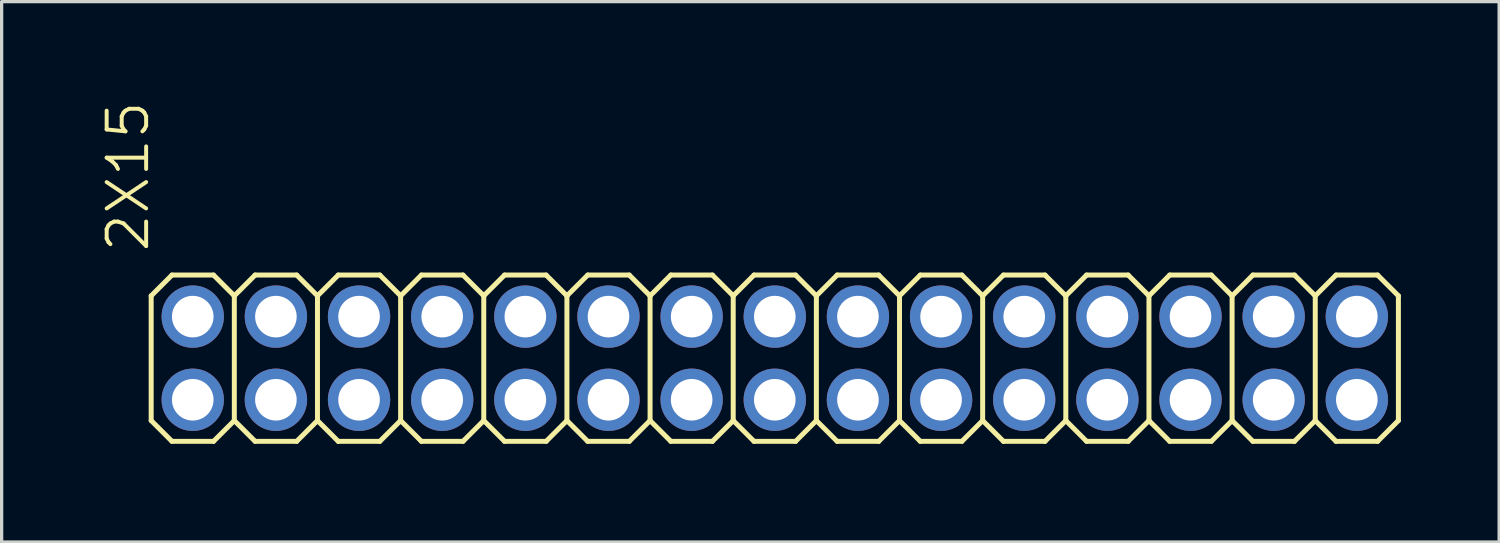
<source format=kicad_pcb>
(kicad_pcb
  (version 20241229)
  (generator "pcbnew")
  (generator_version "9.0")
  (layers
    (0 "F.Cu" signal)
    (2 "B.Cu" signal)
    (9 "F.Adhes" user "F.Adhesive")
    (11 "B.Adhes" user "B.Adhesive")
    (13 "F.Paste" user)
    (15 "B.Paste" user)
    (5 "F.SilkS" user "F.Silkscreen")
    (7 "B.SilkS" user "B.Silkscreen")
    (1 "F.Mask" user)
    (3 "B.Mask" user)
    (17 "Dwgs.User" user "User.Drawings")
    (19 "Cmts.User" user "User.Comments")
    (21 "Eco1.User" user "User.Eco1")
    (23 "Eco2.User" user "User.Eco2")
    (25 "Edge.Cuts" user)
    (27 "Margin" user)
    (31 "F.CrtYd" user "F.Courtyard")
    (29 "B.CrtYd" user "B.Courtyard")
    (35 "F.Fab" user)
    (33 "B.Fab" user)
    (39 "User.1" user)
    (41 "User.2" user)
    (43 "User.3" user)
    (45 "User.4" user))
  (footprint "2X15"
    (layer "F.Cu")
    (at 20.618 7.892)
    (property "Reference" "2X15" (at -19.05 -3.175 90) (layer "F.SilkS") (effects (font (size 1.206 1.206) (thickness 0.121)) (justify left bottom)))
    (attr through_hole)
    (fp_line (start -19.05 -1.905) (end -18.415 -2.54) (stroke (width 0.152) (type solid)) (layer "F.SilkS"))
    (fp_line (start -19.05 1.905) (end -19.05 -1.905) (stroke (width 0.152) (type solid)) (layer "F.SilkS"))
    (fp_line (start -19.05 1.905) (end -18.415 2.54) (stroke (width 0.152) (type solid)) (layer "F.SilkS"))
    (fp_line (start -18.415 -2.54) (end -17.145 -2.54) (stroke (width 0.152) (type solid)) (layer "F.SilkS"))
    (fp_line (start -18.415 2.54) (end -17.145 2.54) (stroke (width 0.152) (type solid)) (layer "F.SilkS"))
    (fp_line (start -17.145 -2.54) (end -16.51 -1.905) (stroke (width 0.152) (type solid)) (layer "F.SilkS"))
    (fp_line (start -17.145 2.54) (end -16.51 1.905) (stroke (width 0.152) (type solid)) (layer "F.SilkS"))
    (fp_line (start -16.51 -1.905) (end -16.51 1.905) (stroke (width 0.152) (type solid)) (layer "F.SilkS"))
    (fp_line (start -16.51 -1.905) (end -15.875 -2.54) (stroke (width 0.152) (type solid)) (layer "F.SilkS"))
    (fp_line (start -16.51 1.905) (end -15.875 2.54) (stroke (width 0.152) (type solid)) (layer "F.SilkS"))
    (fp_line (start -15.875 -2.54) (end -14.605 -2.54) (stroke (width 0.152) (type solid)) (layer "F.SilkS"))
    (fp_line (start -15.875 2.54) (end -14.605 2.54) (stroke (width 0.152) (type solid)) (layer "F.SilkS"))
    (fp_line (start -14.605 -2.54) (end -13.97 -1.905) (stroke (width 0.152) (type solid)) (layer "F.SilkS"))
    (fp_line (start -14.605 2.54) (end -13.97 1.905) (stroke (width 0.152) (type solid)) (layer "F.SilkS"))
    (fp_line (start -13.97 -1.905) (end -13.97 1.905) (stroke (width 0.152) (type solid)) (layer "F.SilkS"))
    (fp_line (start -13.97 -1.905) (end -13.335 -2.54) (stroke (width 0.152) (type solid)) (layer "F.SilkS"))
    (fp_line (start -13.97 1.905) (end -13.335 2.54) (stroke (width 0.152) (type solid)) (layer "F.SilkS"))
    (fp_line (start -13.335 -2.54) (end -12.065 -2.54) (stroke (width 0.152) (type solid)) (layer "F.SilkS"))
    (fp_line (start -13.335 2.54) (end -12.065 2.54) (stroke (width 0.152) (type solid)) (layer "F.SilkS"))
    (fp_line (start -12.065 -2.54) (end -11.43 -1.905) (stroke (width 0.152) (type solid)) (layer "F.SilkS"))
    (fp_line (start -12.065 2.54) (end -11.43 1.905) (stroke (width 0.152) (type solid)) (layer "F.SilkS"))
    (fp_line (start -11.43 -1.905) (end -11.43 1.905) (stroke (width 0.152) (type solid)) (layer "F.SilkS"))
    (fp_line (start -11.43 -1.905) (end -10.795 -2.54) (stroke (width 0.152) (type solid)) (layer "F.SilkS"))
    (fp_line (start -11.43 1.905) (end -10.795 2.54) (stroke (width 0.152) (type solid)) (layer "F.SilkS"))
    (fp_line (start -10.795 -2.54) (end -9.525 -2.54) (stroke (width 0.152) (type solid)) (layer "F.SilkS"))
    (fp_line (start -10.795 2.54) (end -9.525 2.54) (stroke (width 0.152) (type solid)) (layer "F.SilkS"))
    (fp_line (start -9.525 -2.54) (end -8.89 -1.905) (stroke (width 0.152) (type solid)) (layer "F.SilkS"))
    (fp_line (start -9.525 2.54) (end -8.89 1.905) (stroke (width 0.152) (type solid)) (layer "F.SilkS"))
    (fp_line (start -8.89 -1.905) (end -8.89 1.905) (stroke (width 0.152) (type solid)) (layer "F.SilkS"))
    (fp_line (start -8.89 -1.905) (end -8.255 -2.54) (stroke (width 0.152) (type solid)) (layer "F.SilkS"))
    (fp_line (start -8.89 1.905) (end -8.255 2.54) (stroke (width 0.152) (type solid)) (layer "F.SilkS"))
    (fp_line (start -8.255 -2.54) (end -6.985 -2.54) (stroke (width 0.152) (type solid)) (layer "F.SilkS"))
    (fp_line (start -8.255 2.54) (end -6.985 2.54) (stroke (width 0.152) (type solid)) (layer "F.SilkS"))
    (fp_line (start -6.985 -2.54) (end -6.35 -1.905) (stroke (width 0.152) (type solid)) (layer "F.SilkS"))
    (fp_line (start -6.985 2.54) (end -6.35 1.905) (stroke (width 0.152) (type solid)) (layer "F.SilkS"))
    (fp_line (start -6.35 -1.905) (end -6.35 1.905) (stroke (width 0.152) (type solid)) (layer "F.SilkS"))
    (fp_line (start -6.35 -1.905) (end -5.715 -2.54) (stroke (width 0.152) (type solid)) (layer "F.SilkS"))
    (fp_line (start -6.35 1.905) (end -5.715 2.54) (stroke (width 0.152) (type solid)) (layer "F.SilkS"))
    (fp_line (start -5.715 -2.54) (end -4.445 -2.54) (stroke (width 0.152) (type solid)) (layer "F.SilkS"))
    (fp_line (start -5.715 2.54) (end -4.445 2.54) (stroke (width 0.152) (type solid)) (layer "F.SilkS"))
    (fp_line (start -4.445 -2.54) (end -3.81 -1.905) (stroke (width 0.152) (type solid)) (layer "F.SilkS"))
    (fp_line (start -4.445 2.54) (end -3.81 1.905) (stroke (width 0.152) (type solid)) (layer "F.SilkS"))
    (fp_line (start -3.81 -1.905) (end -3.81 1.905) (stroke (width 0.152) (type solid)) (layer "F.SilkS"))
    (fp_line (start -3.81 -1.905) (end -3.175 -2.54) (stroke (width 0.152) (type solid)) (layer "F.SilkS"))
    (fp_line (start -3.81 1.905) (end -3.175 2.54) (stroke (width 0.152) (type solid)) (layer "F.SilkS"))
    (fp_line (start -3.175 -2.54) (end -1.905 -2.54) (stroke (width 0.152) (type solid)) (layer "F.SilkS"))
    (fp_line (start -1.905 -2.54) (end -1.27 -1.905) (stroke (width 0.152) (type solid)) (layer "F.SilkS"))
    (fp_line (start -1.905 2.54) (end -3.175 2.54) (stroke (width 0.152) (type solid)) (layer "F.SilkS"))
    (fp_line (start -1.27 -1.905) (end -1.27 1.905) (stroke (width 0.152) (type solid)) (layer "F.SilkS"))
    (fp_line (start -1.27 -1.905) (end -0.635 -2.54) (stroke (width 0.152) (type solid)) (layer "F.SilkS"))
    (fp_line (start -1.27 1.905) (end -1.905 2.54) (stroke (width 0.152) (type solid)) (layer "F.SilkS"))
    (fp_line (start -1.27 1.905) (end -0.635 2.54) (stroke (width 0.152) (type solid)) (layer "F.SilkS"))
    (fp_line (start -0.635 -2.54) (end 0.635 -2.54) (stroke (width 0.152) (type solid)) (layer "F.SilkS"))
    (fp_line (start 0.635 -2.54) (end 1.27 -1.905) (stroke (width 0.152) (type solid)) (layer "F.SilkS"))
    (fp_line (start 0.635 2.54) (end -0.635 2.54) (stroke (width 0.152) (type solid)) (layer "F.SilkS"))
    (fp_line (start 1.27 -1.905) (end 1.27 1.905) (stroke (width 0.152) (type solid)) (layer "F.SilkS"))
    (fp_line (start 1.27 -1.905) (end 1.905 -2.54) (stroke (width 0.152) (type solid)) (layer "F.SilkS"))
    (fp_line (start 1.27 1.905) (end 0.635 2.54) (stroke (width 0.152) (type solid)) (layer "F.SilkS"))
    (fp_line (start 1.27 1.905) (end 1.905 2.54) (stroke (width 0.152) (type solid)) (layer "F.SilkS"))
    (fp_line (start 1.905 -2.54) (end 3.175 -2.54) (stroke (width 0.152) (type solid)) (layer "F.SilkS"))
    (fp_line (start 3.175 -2.54) (end 3.81 -1.905) (stroke (width 0.152) (type solid)) (layer "F.SilkS"))
    (fp_line (start 3.175 2.54) (end 1.905 2.54) (stroke (width 0.152) (type solid)) (layer "F.SilkS"))
    (fp_line (start 3.81 -1.905) (end 3.81 1.905) (stroke (width 0.152) (type solid)) (layer "F.SilkS"))
    (fp_line (start 3.81 -1.905) (end 4.445 -2.54) (stroke (width 0.152) (type solid)) (layer "F.SilkS"))
    (fp_line (start 3.81 1.905) (end 3.175 2.54) (stroke (width 0.152) (type solid)) (layer "F.SilkS"))
    (fp_line (start 3.81 1.905) (end 4.445 2.54) (stroke (width 0.152) (type solid)) (layer "F.SilkS"))
    (fp_line (start 4.445 -2.54) (end 5.715 -2.54) (stroke (width 0.152) (type solid)) (layer "F.SilkS"))
    (fp_line (start 5.715 -2.54) (end 6.35 -1.905) (stroke (width 0.152) (type solid)) (layer "F.SilkS"))
    (fp_line (start 5.715 2.54) (end 4.445 2.54) (stroke (width 0.152) (type solid)) (layer "F.SilkS"))
    (fp_line (start 6.35 -1.905) (end 6.35 1.905) (stroke (width 0.152) (type solid)) (layer "F.SilkS"))
    (fp_line (start 6.35 -1.905) (end 6.985 -2.54) (stroke (width 0.152) (type solid)) (layer "F.SilkS"))
    (fp_line (start 6.35 1.905) (end 5.715 2.54) (stroke (width 0.152) (type solid)) (layer "F.SilkS"))
    (fp_line (start 6.35 1.905) (end 6.985 2.54) (stroke (width 0.152) (type solid)) (layer "F.SilkS"))
    (fp_line (start 6.985 -2.54) (end 8.255 -2.54) (stroke (width 0.152) (type solid)) (layer "F.SilkS"))
    (fp_line (start 8.255 -2.54) (end 8.89 -1.905) (stroke (width 0.152) (type solid)) (layer "F.SilkS"))
    (fp_line (start 8.255 2.54) (end 6.985 2.54) (stroke (width 0.152) (type solid)) (layer "F.SilkS"))
    (fp_line (start 8.89 -1.905) (end 8.89 1.905) (stroke (width 0.152) (type solid)) (layer "F.SilkS"))
    (fp_line (start 8.89 -1.905) (end 9.525 -2.54) (stroke (width 0.152) (type solid)) (layer "F.SilkS"))
    (fp_line (start 8.89 1.905) (end 8.255 2.54) (stroke (width 0.152) (type solid)) (layer "F.SilkS"))
    (fp_line (start 8.89 1.905) (end 9.525 2.54) (stroke (width 0.152) (type solid)) (layer "F.SilkS"))
    (fp_line (start 9.525 -2.54) (end 10.795 -2.54) (stroke (width 0.152) (type solid)) (layer "F.SilkS"))
    (fp_line (start 10.795 2.54) (end 9.525 2.54) (stroke (width 0.152) (type solid)) (layer "F.SilkS"))
    (fp_line (start 11.43 -1.905) (end 10.795 -2.54) (stroke (width 0.152) (type solid)) (layer "F.SilkS"))
    (fp_line (start 11.43 -1.905) (end 11.43 1.905) (stroke (width 0.152) (type solid)) (layer "F.SilkS"))
    (fp_line (start 11.43 -1.905) (end 12.065 -2.54) (stroke (width 0.152) (type solid)) (layer "F.SilkS"))
    (fp_line (start 11.43 1.905) (end 10.795 2.54) (stroke (width 0.152) (type solid)) (layer "F.SilkS"))
    (fp_line (start 11.43 1.905) (end 12.065 2.54) (stroke (width 0.152) (type solid)) (layer "F.SilkS"))
    (fp_line (start 13.335 -2.54) (end 12.065 -2.54) (stroke (width 0.152) (type solid)) (layer "F.SilkS"))
    (fp_line (start 13.335 -2.54) (end 13.97 -1.905) (stroke (width 0.152) (type solid)) (layer "F.SilkS"))
    (fp_line (start 13.335 2.54) (end 12.065 2.54) (stroke (width 0.152) (type solid)) (layer "F.SilkS"))
    (fp_line (start 13.97 -1.905) (end 13.97 1.905) (stroke (width 0.152) (type solid)) (layer "F.SilkS"))
    (fp_line (start 13.97 -1.905) (end 14.605 -2.54) (stroke (width 0.152) (type solid)) (layer "F.SilkS"))
    (fp_line (start 13.97 1.905) (end 13.335 2.54) (stroke (width 0.152) (type solid)) (layer "F.SilkS"))
    (fp_line (start 13.97 1.905) (end 14.605 2.54) (stroke (width 0.152) (type solid)) (layer "F.SilkS"))
    (fp_line (start 15.875 -2.54) (end 14.605 -2.54) (stroke (width 0.152) (type solid)) (layer "F.SilkS"))
    (fp_line (start 15.875 -2.54) (end 16.51 -1.905) (stroke (width 0.152) (type solid)) (layer "F.SilkS"))
    (fp_line (start 15.875 2.54) (end 14.605 2.54) (stroke (width 0.152) (type solid)) (layer "F.SilkS"))
    (fp_line (start 16.51 -1.905) (end 16.51 1.905) (stroke (width 0.152) (type solid)) (layer "F.SilkS"))
    (fp_line (start 16.51 -1.905) (end 17.145 -2.54) (stroke (width 0.152) (type solid)) (layer "F.SilkS"))
    (fp_line (start 16.51 1.905) (end 15.875 2.54) (stroke (width 0.152) (type solid)) (layer "F.SilkS"))
    (fp_line (start 17.145 2.54) (end 16.51 1.905) (stroke (width 0.152) (type solid)) (layer "F.SilkS"))
    (fp_line (start 17.145 2.54) (end 18.415 2.54) (stroke (width 0.152) (type solid)) (layer "F.SilkS"))
    (fp_line (start 18.415 -2.54) (end 17.145 -2.54) (stroke (width 0.152) (type solid)) (layer "F.SilkS"))
    (fp_line (start 18.415 -2.54) (end 19.05 -1.905) (stroke (width 0.152) (type solid)) (layer "F.SilkS"))
    (fp_line (start 19.05 -1.905) (end 19.05 1.905) (stroke (width 0.152) (type solid)) (layer "F.SilkS"))
    (fp_line (start 19.05 1.905) (end 18.415 2.54) (stroke (width 0.152) (type solid)) (layer "F.SilkS"))
    (fp_poly (pts (xy -18.034 -1.016) (xy -17.526 -1.016) (xy -17.526 -1.524) (xy -18.034 -1.524)) (stroke (width 0.1) (type solid)) (fill no) (layer "F.Fab"))
    (fp_poly (pts (xy -18.034 1.524) (xy -17.526 1.524) (xy -17.526 1.016) (xy -18.034 1.016)) (stroke (width 0.1) (type solid)) (fill no) (layer "F.Fab"))
    (fp_poly (pts (xy -15.494 -1.016) (xy -14.986 -1.016) (xy -14.986 -1.524) (xy -15.494 -1.524)) (stroke (width 0.1) (type solid)) (fill no) (layer "F.Fab"))
    (fp_poly (pts (xy -15.494 1.524) (xy -14.986 1.524) (xy -14.986 1.016) (xy -15.494 1.016)) (stroke (width 0.1) (type solid)) (fill no) (layer "F.Fab"))
    (fp_poly (pts (xy -12.954 -1.016) (xy -12.446 -1.016) (xy -12.446 -1.524) (xy -12.954 -1.524)) (stroke (width 0.1) (type solid)) (fill no) (layer "F.Fab"))
    (fp_poly (pts (xy -12.954 1.524) (xy -12.446 1.524) (xy -12.446 1.016) (xy -12.954 1.016)) (stroke (width 0.1) (type solid)) (fill no) (layer "F.Fab"))
    (fp_poly (pts (xy -10.414 -1.016) (xy -9.906 -1.016) (xy -9.906 -1.524) (xy -10.414 -1.524)) (stroke (width 0.1) (type solid)) (fill no) (layer "F.Fab"))
    (fp_poly (pts (xy -10.414 1.524) (xy -9.906 1.524) (xy -9.906 1.016) (xy -10.414 1.016)) (stroke (width 0.1) (type solid)) (fill no) (layer "F.Fab"))
    (fp_poly (pts (xy -7.874 -1.016) (xy -7.366 -1.016) (xy -7.366 -1.524) (xy -7.874 -1.524)) (stroke (width 0.1) (type solid)) (fill no) (layer "F.Fab"))
    (fp_poly (pts (xy -7.874 1.524) (xy -7.366 1.524) (xy -7.366 1.016) (xy -7.874 1.016)) (stroke (width 0.1) (type solid)) (fill no) (layer "F.Fab"))
    (fp_poly (pts (xy -5.334 -1.016) (xy -4.826 -1.016) (xy -4.826 -1.524) (xy -5.334 -1.524)) (stroke (width 0.1) (type solid)) (fill no) (layer "F.Fab"))
    (fp_poly (pts (xy -5.334 1.524) (xy -4.826 1.524) (xy -4.826 1.016) (xy -5.334 1.016)) (stroke (width 0.1) (type solid)) (fill no) (layer "F.Fab"))
    (fp_poly (pts (xy -2.794 -1.016) (xy -2.286 -1.016) (xy -2.286 -1.524) (xy -2.794 -1.524)) (stroke (width 0.1) (type solid)) (fill no) (layer "F.Fab"))
    (fp_poly (pts (xy -2.794 1.524) (xy -2.286 1.524) (xy -2.286 1.016) (xy -2.794 1.016)) (stroke (width 0.1) (type solid)) (fill no) (layer "F.Fab"))
    (fp_poly (pts (xy -0.254 -1.016) (xy 0.254 -1.016) (xy 0.254 -1.524) (xy -0.254 -1.524)) (stroke (width 0.1) (type solid)) (fill no) (layer "F.Fab"))
    (fp_poly (pts (xy -0.254 1.524) (xy 0.254 1.524) (xy 0.254 1.016) (xy -0.254 1.016)) (stroke (width 0.1) (type solid)) (fill no) (layer "F.Fab"))
    (fp_poly (pts (xy 2.286 -1.016) (xy 2.794 -1.016) (xy 2.794 -1.524) (xy 2.286 -1.524)) (stroke (width 0.1) (type solid)) (fill no) (layer "F.Fab"))
    (fp_poly (pts (xy 2.286 1.524) (xy 2.794 1.524) (xy 2.794 1.016) (xy 2.286 1.016)) (stroke (width 0.1) (type solid)) (fill no) (layer "F.Fab"))
    (fp_poly (pts (xy 4.826 -1.016) (xy 5.334 -1.016) (xy 5.334 -1.524) (xy 4.826 -1.524)) (stroke (width 0.1) (type solid)) (fill no) (layer "F.Fab"))
    (fp_poly (pts (xy 4.826 1.524) (xy 5.334 1.524) (xy 5.334 1.016) (xy 4.826 1.016)) (stroke (width 0.1) (type solid)) (fill no) (layer "F.Fab"))
    (fp_poly (pts (xy 7.366 -1.016) (xy 7.874 -1.016) (xy 7.874 -1.524) (xy 7.366 -1.524)) (stroke (width 0.1) (type solid)) (fill no) (layer "F.Fab"))
    (fp_poly (pts (xy 7.366 1.524) (xy 7.874 1.524) (xy 7.874 1.016) (xy 7.366 1.016)) (stroke (width 0.1) (type solid)) (fill no) (layer "F.Fab"))
    (fp_poly (pts (xy 9.906 -1.016) (xy 10.414 -1.016) (xy 10.414 -1.524) (xy 9.906 -1.524)) (stroke (width 0.1) (type solid)) (fill no) (layer "F.Fab"))
    (fp_poly (pts (xy 9.906 1.524) (xy 10.414 1.524) (xy 10.414 1.016) (xy 9.906 1.016)) (stroke (width 0.1) (type solid)) (fill no) (layer "F.Fab"))
    (fp_poly (pts (xy 12.446 -1.016) (xy 12.954 -1.016) (xy 12.954 -1.524) (xy 12.446 -1.524)) (stroke (width 0.1) (type solid)) (fill no) (layer "F.Fab"))
    (fp_poly (pts (xy 12.446 1.524) (xy 12.954 1.524) (xy 12.954 1.016) (xy 12.446 1.016)) (stroke (width 0.1) (type solid)) (fill no) (layer "F.Fab"))
    (fp_poly (pts (xy 14.986 -1.016) (xy 15.494 -1.016) (xy 15.494 -1.524) (xy 14.986 -1.524)) (stroke (width 0.1) (type solid)) (fill no) (layer "F.Fab"))
    (fp_poly (pts (xy 14.986 1.524) (xy 15.494 1.524) (xy 15.494 1.016) (xy 14.986 1.016)) (stroke (width 0.1) (type solid)) (fill no) (layer "F.Fab"))
    (fp_poly (pts (xy 17.526 -1.016) (xy 18.034 -1.016) (xy 18.034 -1.524) (xy 17.526 -1.524)) (stroke (width 0.1) (type solid)) (fill no) (layer "F.Fab"))
    (fp_poly (pts (xy 17.526 1.524) (xy 18.034 1.524) (xy 18.034 1.016) (xy 17.526 1.016)) (stroke (width 0.1) (type solid)) (fill no) (layer "F.Fab"))
    (pad "1" thru_hole circle (at -17.78 1.27) (size 1.905 1.905) (drill 1.27) (layers "*.Cu" "*.Mask"))
    (pad "2" thru_hole circle (at -17.78 -1.27) (size 1.905 1.905) (drill 1.27) (layers "*.Cu" "*.Mask"))
    (pad "3" thru_hole circle (at -15.24 1.27) (size 1.905 1.905) (drill 1.27) (layers "*.Cu" "*.Mask"))
    (pad "4" thru_hole circle (at -15.24 -1.27) (size 1.905 1.905) (drill 1.27) (layers "*.Cu" "*.Mask"))
    (pad "5" thru_hole circle (at -12.7 1.27) (size 1.905 1.905) (drill 1.27) (layers "*.Cu" "*.Mask"))
    (pad "6" thru_hole circle (at -12.7 -1.27) (size 1.905 1.905) (drill 1.27) (layers "*.Cu" "*.Mask"))
    (pad "7" thru_hole circle (at -10.16 1.27) (size 1.905 1.905) (drill 1.27) (layers "*.Cu" "*.Mask"))
    (pad "8" thru_hole circle (at -10.16 -1.27) (size 1.905 1.905) (drill 1.27) (layers "*.Cu" "*.Mask"))
    (pad "9" thru_hole circle (at -7.62 1.27) (size 1.905 1.905) (drill 1.27) (layers "*.Cu" "*.Mask"))
    (pad "10" thru_hole circle (at -7.62 -1.27) (size 1.905 1.905) (drill 1.27) (layers "*.Cu" "*.Mask"))
    (pad "11" thru_hole circle (at -5.08 1.27) (size 1.905 1.905) (drill 1.27) (layers "*.Cu" "*.Mask"))
    (pad "12" thru_hole circle (at -5.08 -1.27) (size 1.905 1.905) (drill 1.27) (layers "*.Cu" "*.Mask"))
    (pad "13" thru_hole circle (at -2.54 1.27) (size 1.905 1.905) (drill 1.27) (layers "*.Cu" "*.Mask"))
    (pad "14" thru_hole circle (at -2.54 -1.27) (size 1.905 1.905) (drill 1.27) (layers "*.Cu" "*.Mask"))
    (pad "15" thru_hole circle (at 0 1.27) (size 1.905 1.905) (drill 1.27) (layers "*.Cu" "*.Mask"))
    (pad "16" thru_hole circle (at 0 -1.27) (size 1.905 1.905) (drill 1.27) (layers "*.Cu" "*.Mask"))
    (pad "17" thru_hole circle (at 2.54 1.27) (size 1.905 1.905) (drill 1.27) (layers "*.Cu" "*.Mask"))
    (pad "18" thru_hole circle (at 2.54 -1.27) (size 1.905 1.905) (drill 1.27) (layers "*.Cu" "*.Mask"))
    (pad "19" thru_hole circle (at 5.08 1.27) (size 1.905 1.905) (drill 1.27) (layers "*.Cu" "*.Mask"))
    (pad "20" thru_hole circle (at 5.08 -1.27) (size 1.905 1.905) (drill 1.27) (layers "*.Cu" "*.Mask"))
    (pad "21" thru_hole circle (at 7.62 1.27) (size 1.905 1.905) (drill 1.27) (layers "*.Cu" "*.Mask"))
    (pad "22" thru_hole circle (at 7.62 -1.27) (size 1.905 1.905) (drill 1.27) (layers "*.Cu" "*.Mask"))
    (pad "23" thru_hole circle (at 10.16 1.27) (size 1.905 1.905) (drill 1.27) (layers "*.Cu" "*.Mask"))
    (pad "24" thru_hole circle (at 10.16 -1.27) (size 1.905 1.905) (drill 1.27) (layers "*.Cu" "*.Mask"))
    (pad "25" thru_hole circle (at 12.7 1.27) (size 1.905 1.905) (drill 1.27) (layers "*.Cu" "*.Mask"))
    (pad "26" thru_hole circle (at 12.7 -1.27) (size 1.905 1.905) (drill 1.27) (layers "*.Cu" "*.Mask"))
    (pad "27" thru_hole circle (at 15.24 1.27) (size 1.905 1.905) (drill 1.27) (layers "*.Cu" "*.Mask"))
    (pad "28" thru_hole circle (at 15.24 -1.27) (size 1.905 1.905) (drill 1.27) (layers "*.Cu" "*.Mask"))
    (pad "29" thru_hole circle (at 17.78 1.27) (size 1.905 1.905) (drill 1.27) (layers "*.Cu" "*.Mask"))
    (pad "30" thru_hole circle (at 17.78 -1.27) (size 1.905 1.905) (drill 1.27) (layers "*.Cu" "*.Mask")))
  (gr_rect
    (start -3 -3)
    (end 42.745 13.508)
    (stroke (width 0.1) (type default))
    (fill no)
    (layer "Edge.Cuts")))
</source>
